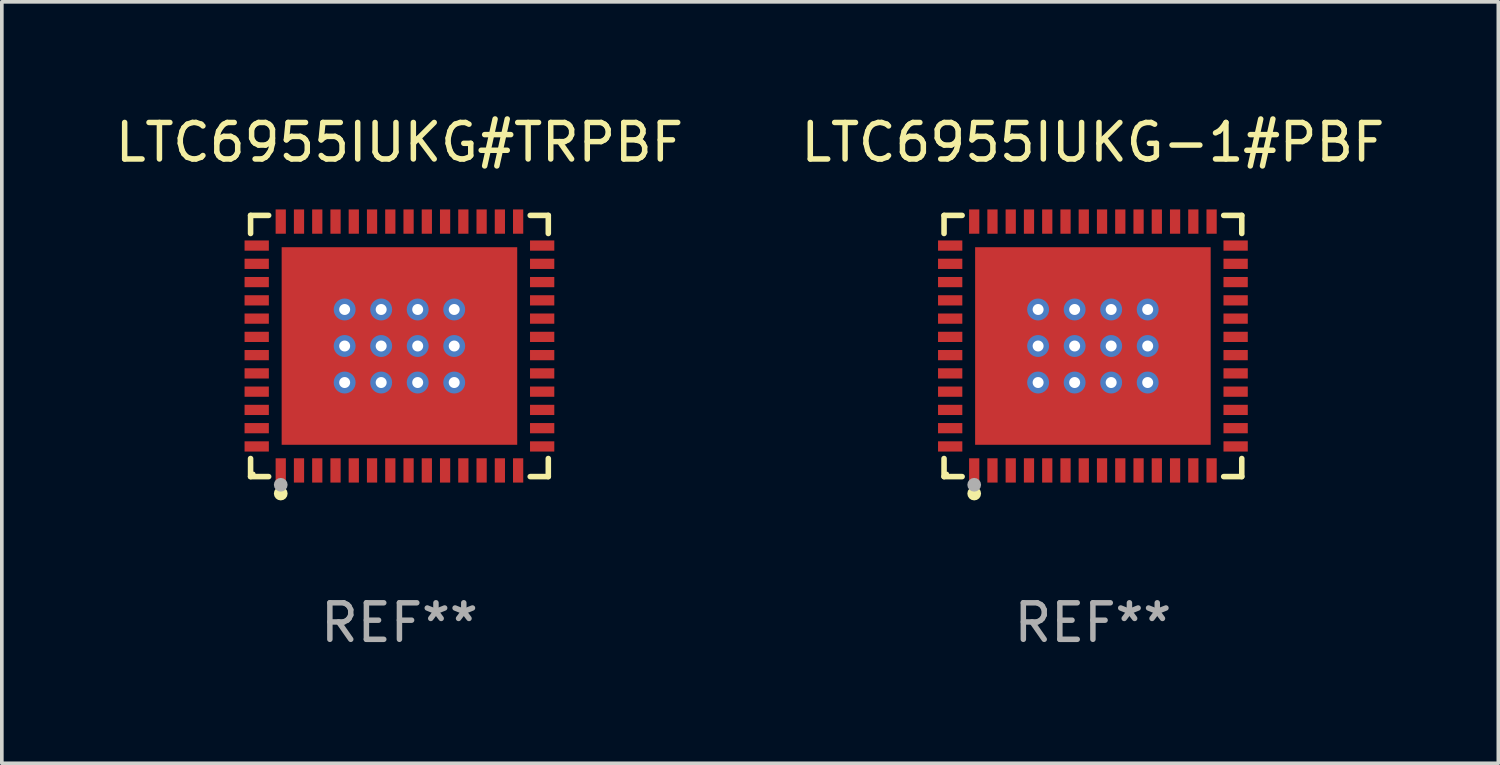
<source format=kicad_pcb>
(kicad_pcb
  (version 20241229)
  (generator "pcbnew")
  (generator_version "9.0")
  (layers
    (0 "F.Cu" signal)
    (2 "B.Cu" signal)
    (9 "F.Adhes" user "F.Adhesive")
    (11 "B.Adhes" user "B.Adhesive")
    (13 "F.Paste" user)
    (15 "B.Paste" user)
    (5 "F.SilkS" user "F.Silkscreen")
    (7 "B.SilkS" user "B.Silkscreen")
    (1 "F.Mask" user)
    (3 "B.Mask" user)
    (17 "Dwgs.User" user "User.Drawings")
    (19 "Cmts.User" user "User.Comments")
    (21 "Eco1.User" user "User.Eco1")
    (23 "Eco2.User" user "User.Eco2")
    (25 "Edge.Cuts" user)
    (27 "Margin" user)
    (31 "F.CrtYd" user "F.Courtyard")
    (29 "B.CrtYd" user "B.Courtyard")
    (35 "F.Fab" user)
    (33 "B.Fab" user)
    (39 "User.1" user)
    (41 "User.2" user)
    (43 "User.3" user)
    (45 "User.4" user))
  (footprint "LTC6955IUKG-1#PBF"
    (layer "F.Cu")
    (at 26.875 6.424)
    (property "Reference" "LTC6955IUKG-1#PBF" (at 0 -5.576 0) (layer "F.SilkS") (effects (font (size 1 1) (thickness 0.15))))
    (attr through_hole)
    (fp_line (start -4.076 -3.576) (end -3.581 -3.576) (stroke (width 0.152) (type solid)) (layer "F.SilkS"))
    (fp_line (start -4.076 -3.081) (end -4.076 -3.576) (stroke (width 0.152) (type solid)) (layer "F.SilkS"))
    (fp_line (start -4.076 3.081) (end -4.076 3.576) (stroke (width 0.152) (type solid)) (layer "F.SilkS"))
    (fp_line (start -4.076 3.576) (end -3.581 3.576) (stroke (width 0.152) (type solid)) (layer "F.SilkS"))
    (fp_line (start 4.076 -3.576) (end 3.581 -3.576) (stroke (width 0.152) (type solid)) (layer "F.SilkS"))
    (fp_line (start 4.076 -3.081) (end 4.076 -3.576) (stroke (width 0.152) (type solid)) (layer "F.SilkS"))
    (fp_line (start 4.076 3.081) (end 4.076 3.576) (stroke (width 0.152) (type solid)) (layer "F.SilkS"))
    (fp_line (start 4.076 3.576) (end 3.581 3.576) (stroke (width 0.152) (type solid)) (layer "F.SilkS"))
    (fp_circle (center -4 3.5) (end -3.97 3.5) (stroke (width 0.06) (type solid)) (fill no) (layer "F.SilkS"))
    (fp_circle (center -3.25 4.04) (end -3.156 4.04) (stroke (width 0.188) (type solid)) (fill no) (layer "F.SilkS"))
    (fp_circle (center -3.25 3.8) (end -3.156 3.8) (stroke (width 0.188) (type solid)) (fill no) (layer "F.Fab"))
    (fp_text user "REF**" (at 0 7.576 0) (layer "F.Fab") (effects (font (size 1 1) (thickness 0.15))))
    (pad "1" smd rect (at -3.25 3.407) (size 0.28 0.665) (layers "F.Cu" "F.Mask" "F.Paste"))
    (pad "2" smd rect (at -2.75 3.407) (size 0.28 0.665) (layers "F.Cu" "F.Mask" "F.Paste"))
    (pad "3" smd rect (at -2.25 3.407) (size 0.28 0.665) (layers "F.Cu" "F.Mask" "F.Paste"))
    (pad "4" smd rect (at -1.75 3.407) (size 0.28 0.665) (layers "F.Cu" "F.Mask" "F.Paste"))
    (pad "5" smd rect (at -1.25 3.407) (size 0.28 0.665) (layers "F.Cu" "F.Mask" "F.Paste"))
    (pad "6" smd rect (at -0.75 3.407) (size 0.28 0.665) (layers "F.Cu" "F.Mask" "F.Paste"))
    (pad "7" smd rect (at -0.25 3.407) (size 0.28 0.665) (layers "F.Cu" "F.Mask" "F.Paste"))
    (pad "8" smd rect (at 0.25 3.407) (size 0.28 0.665) (layers "F.Cu" "F.Mask" "F.Paste"))
    (pad "9" smd rect (at 0.75 3.407) (size 0.28 0.665) (layers "F.Cu" "F.Mask" "F.Paste"))
    (pad "10" smd rect (at 1.25 3.407) (size 0.28 0.665) (layers "F.Cu" "F.Mask" "F.Paste"))
    (pad "11" smd rect (at 1.75 3.407) (size 0.28 0.665) (layers "F.Cu" "F.Mask" "F.Paste"))
    (pad "12" smd rect (at 2.25 3.407) (size 0.28 0.665) (layers "F.Cu" "F.Mask" "F.Paste"))
    (pad "13" smd rect (at 2.75 3.407) (size 0.28 0.665) (layers "F.Cu" "F.Mask" "F.Paste"))
    (pad "14" smd rect (at 3.25 3.407) (size 0.28 0.665) (layers "F.Cu" "F.Mask" "F.Paste"))
    (pad "15" smd rect (at 3.908 2.75) (size 0.665 0.28) (layers "F.Cu" "F.Mask" "F.Paste"))
    (pad "16" smd rect (at 3.908 2.25) (size 0.665 0.28) (layers "F.Cu" "F.Mask" "F.Paste"))
    (pad "17" smd rect (at 3.908 1.75) (size 0.665 0.28) (layers "F.Cu" "F.Mask" "F.Paste"))
    (pad "18" smd rect (at 3.908 1.25) (size 0.665 0.28) (layers "F.Cu" "F.Mask" "F.Paste"))
    (pad "19" smd rect (at 3.908 0.75) (size 0.665 0.28) (layers "F.Cu" "F.Mask" "F.Paste"))
    (pad "20" smd rect (at 3.908 0.25) (size 0.665 0.28) (layers "F.Cu" "F.Mask" "F.Paste"))
    (pad "21" smd rect (at 3.908 -0.25) (size 0.665 0.28) (layers "F.Cu" "F.Mask" "F.Paste"))
    (pad "22" smd rect (at 3.908 -0.75) (size 0.665 0.28) (layers "F.Cu" "F.Mask" "F.Paste"))
    (pad "23" smd rect (at 3.908 -1.25) (size 0.665 0.28) (layers "F.Cu" "F.Mask" "F.Paste"))
    (pad "24" smd rect (at 3.908 -1.75) (size 0.665 0.28) (layers "F.Cu" "F.Mask" "F.Paste"))
    (pad "25" smd rect (at 3.908 -2.25) (size 0.665 0.28) (layers "F.Cu" "F.Mask" "F.Paste"))
    (pad "26" smd rect (at 3.908 -2.75) (size 0.665 0.28) (layers "F.Cu" "F.Mask" "F.Paste"))
    (pad "27" smd rect (at 3.25 -3.407) (size 0.28 0.665) (layers "F.Cu" "F.Mask" "F.Paste"))
    (pad "28" smd rect (at 2.75 -3.407) (size 0.28 0.665) (layers "F.Cu" "F.Mask" "F.Paste"))
    (pad "29" smd rect (at 2.25 -3.407) (size 0.28 0.665) (layers "F.Cu" "F.Mask" "F.Paste"))
    (pad "30" smd rect (at 1.75 -3.407) (size 0.28 0.665) (layers "F.Cu" "F.Mask" "F.Paste"))
    (pad "31" smd rect (at 1.25 -3.407) (size 0.28 0.665) (layers "F.Cu" "F.Mask" "F.Paste"))
    (pad "32" smd rect (at 0.75 -3.407) (size 0.28 0.665) (layers "F.Cu" "F.Mask" "F.Paste"))
    (pad "33" smd rect (at 0.25 -3.407) (size 0.28 0.665) (layers "F.Cu" "F.Mask" "F.Paste"))
    (pad "34" smd rect (at -0.25 -3.407) (size 0.28 0.665) (layers "F.Cu" "F.Mask" "F.Paste"))
    (pad "35" smd rect (at -0.75 -3.407) (size 0.28 0.665) (layers "F.Cu" "F.Mask" "F.Paste"))
    (pad "36" smd rect (at -1.25 -3.407) (size 0.28 0.665) (layers "F.Cu" "F.Mask" "F.Paste"))
    (pad "37" smd rect (at -1.75 -3.407) (size 0.28 0.665) (layers "F.Cu" "F.Mask" "F.Paste"))
    (pad "38" smd rect (at -2.25 -3.407) (size 0.28 0.665) (layers "F.Cu" "F.Mask" "F.Paste"))
    (pad "39" smd rect (at -2.75 -3.407) (size 0.28 0.665) (layers "F.Cu" "F.Mask" "F.Paste"))
    (pad "40" smd rect (at -3.25 -3.407) (size 0.28 0.665) (layers "F.Cu" "F.Mask" "F.Paste"))
    (pad "41" smd rect (at -3.908 -2.75) (size 0.665 0.28) (layers "F.Cu" "F.Mask" "F.Paste"))
    (pad "42" smd rect (at -3.908 -2.25) (size 0.665 0.28) (layers "F.Cu" "F.Mask" "F.Paste"))
    (pad "43" smd rect (at -3.908 -1.75) (size 0.665 0.28) (layers "F.Cu" "F.Mask" "F.Paste"))
    (pad "44" smd rect (at -3.908 -1.25) (size 0.665 0.28) (layers "F.Cu" "F.Mask" "F.Paste"))
    (pad "45" smd rect (at -3.908 -0.75) (size 0.665 0.28) (layers "F.Cu" "F.Mask" "F.Paste"))
    (pad "46" smd rect (at -3.908 -0.25) (size 0.665 0.28) (layers "F.Cu" "F.Mask" "F.Paste"))
    (pad "47" smd rect (at -3.908 0.25) (size 0.665 0.28) (layers "F.Cu" "F.Mask" "F.Paste"))
    (pad "48" smd rect (at -3.908 0.75) (size 0.665 0.28) (layers "F.Cu" "F.Mask" "F.Paste"))
    (pad "49" smd rect (at -3.908 1.25) (size 0.665 0.28) (layers "F.Cu" "F.Mask" "F.Paste"))
    (pad "50" smd rect (at -3.908 1.75) (size 0.665 0.28) (layers "F.Cu" "F.Mask" "F.Paste"))
    (pad "51" smd rect (at -3.908 2.25) (size 0.665 0.28) (layers "F.Cu" "F.Mask" "F.Paste"))
    (pad "52" smd rect (at -3.908 2.75) (size 0.665 0.28) (layers "F.Cu" "F.Mask" "F.Paste"))
    (pad "53" thru_hole circle (at -1.5 -1) (size 0.6 0.6) (drill 0.3) (layers "*.Cu" "*.Mask"))
    (pad "53" thru_hole circle (at -1.5 0) (size 0.6 0.6) (drill 0.3) (layers "*.Cu" "*.Mask"))
    (pad "53" thru_hole circle (at -1.5 1) (size 0.6 0.6) (drill 0.3) (layers "*.Cu" "*.Mask"))
    (pad "53" thru_hole circle (at -0.5 -1) (size 0.6 0.6) (drill 0.3) (layers "*.Cu" "*.Mask"))
    (pad "53" thru_hole circle (at -0.5 0) (size 0.6 0.6) (drill 0.3) (layers "*.Cu" "*.Mask"))
    (pad "53" thru_hole circle (at -0.5 1) (size 0.6 0.6) (drill 0.3) (layers "*.Cu" "*.Mask"))
    (pad "53" smd rect (at 0 0) (size 6.45 5.41) (layers "F.Cu" "F.Mask" "F.Paste"))
    (pad "53" thru_hole circle (at 0.5 -1) (size 0.6 0.6) (drill 0.3) (layers "*.Cu" "*.Mask"))
    (pad "53" thru_hole circle (at 0.5 0) (size 0.6 0.6) (drill 0.3) (layers "*.Cu" "*.Mask"))
    (pad "53" thru_hole circle (at 0.5 1) (size 0.6 0.6) (drill 0.3) (layers "*.Cu" "*.Mask"))
    (pad "53" thru_hole circle (at 1.5 -1) (size 0.6 0.6) (drill 0.3) (layers "*.Cu" "*.Mask"))
    (pad "53" thru_hole circle (at 1.5 0) (size 0.6 0.6) (drill 0.3) (layers "*.Cu" "*.Mask"))
    (pad "53" thru_hole circle (at 1.5 1) (size 0.6 0.6) (drill 0.3) (layers "*.Cu" "*.Mask")))
  (footprint "LTC6955IUKG#TRPBF"
    (layer "F.Cu")
    (at 7.887 6.424)
    (property "Reference" "LTC6955IUKG#TRPBF" (at 0 -5.576 0) (layer "F.SilkS") (effects (font (size 1 1) (thickness 0.15))))
    (attr through_hole)
    (fp_line (start -4.076 -3.576) (end -3.581 -3.576) (stroke (width 0.152) (type solid)) (layer "F.SilkS"))
    (fp_line (start -4.076 -3.081) (end -4.076 -3.576) (stroke (width 0.152) (type solid)) (layer "F.SilkS"))
    (fp_line (start -4.076 3.081) (end -4.076 3.576) (stroke (width 0.152) (type solid)) (layer "F.SilkS"))
    (fp_line (start -4.076 3.576) (end -3.581 3.576) (stroke (width 0.152) (type solid)) (layer "F.SilkS"))
    (fp_line (start 4.076 -3.576) (end 3.581 -3.576) (stroke (width 0.152) (type solid)) (layer "F.SilkS"))
    (fp_line (start 4.076 -3.081) (end 4.076 -3.576) (stroke (width 0.152) (type solid)) (layer "F.SilkS"))
    (fp_line (start 4.076 3.081) (end 4.076 3.576) (stroke (width 0.152) (type solid)) (layer "F.SilkS"))
    (fp_line (start 4.076 3.576) (end 3.581 3.576) (stroke (width 0.152) (type solid)) (layer "F.SilkS"))
    (fp_circle (center -4 3.5) (end -3.97 3.5) (stroke (width 0.06) (type solid)) (fill no) (layer "F.SilkS"))
    (fp_circle (center -3.25 4.04) (end -3.156 4.04) (stroke (width 0.188) (type solid)) (fill no) (layer "F.SilkS"))
    (fp_circle (center -3.25 3.8) (end -3.156 3.8) (stroke (width 0.188) (type solid)) (fill no) (layer "F.Fab"))
    (fp_text user "REF**" (at 0 7.576 0) (layer "F.Fab") (effects (font (size 1 1) (thickness 0.15))))
    (pad "1" smd rect (at -3.25 3.407) (size 0.28 0.665) (layers "F.Cu" "F.Mask" "F.Paste"))
    (pad "2" smd rect (at -2.75 3.407) (size 0.28 0.665) (layers "F.Cu" "F.Mask" "F.Paste"))
    (pad "3" smd rect (at -2.25 3.407) (size 0.28 0.665) (layers "F.Cu" "F.Mask" "F.Paste"))
    (pad "4" smd rect (at -1.75 3.407) (size 0.28 0.665) (layers "F.Cu" "F.Mask" "F.Paste"))
    (pad "5" smd rect (at -1.25 3.407) (size 0.28 0.665) (layers "F.Cu" "F.Mask" "F.Paste"))
    (pad "6" smd rect (at -0.75 3.407) (size 0.28 0.665) (layers "F.Cu" "F.Mask" "F.Paste"))
    (pad "7" smd rect (at -0.25 3.407) (size 0.28 0.665) (layers "F.Cu" "F.Mask" "F.Paste"))
    (pad "8" smd rect (at 0.25 3.407) (size 0.28 0.665) (layers "F.Cu" "F.Mask" "F.Paste"))
    (pad "9" smd rect (at 0.75 3.407) (size 0.28 0.665) (layers "F.Cu" "F.Mask" "F.Paste"))
    (pad "10" smd rect (at 1.25 3.407) (size 0.28 0.665) (layers "F.Cu" "F.Mask" "F.Paste"))
    (pad "11" smd rect (at 1.75 3.407) (size 0.28 0.665) (layers "F.Cu" "F.Mask" "F.Paste"))
    (pad "12" smd rect (at 2.25 3.407) (size 0.28 0.665) (layers "F.Cu" "F.Mask" "F.Paste"))
    (pad "13" smd rect (at 2.75 3.407) (size 0.28 0.665) (layers "F.Cu" "F.Mask" "F.Paste"))
    (pad "14" smd rect (at 3.25 3.407) (size 0.28 0.665) (layers "F.Cu" "F.Mask" "F.Paste"))
    (pad "15" smd rect (at 3.908 2.75) (size 0.665 0.28) (layers "F.Cu" "F.Mask" "F.Paste"))
    (pad "16" smd rect (at 3.908 2.25) (size 0.665 0.28) (layers "F.Cu" "F.Mask" "F.Paste"))
    (pad "17" smd rect (at 3.908 1.75) (size 0.665 0.28) (layers "F.Cu" "F.Mask" "F.Paste"))
    (pad "18" smd rect (at 3.908 1.25) (size 0.665 0.28) (layers "F.Cu" "F.Mask" "F.Paste"))
    (pad "19" smd rect (at 3.908 0.75) (size 0.665 0.28) (layers "F.Cu" "F.Mask" "F.Paste"))
    (pad "20" smd rect (at 3.908 0.25) (size 0.665 0.28) (layers "F.Cu" "F.Mask" "F.Paste"))
    (pad "21" smd rect (at 3.908 -0.25) (size 0.665 0.28) (layers "F.Cu" "F.Mask" "F.Paste"))
    (pad "22" smd rect (at 3.908 -0.75) (size 0.665 0.28) (layers "F.Cu" "F.Mask" "F.Paste"))
    (pad "23" smd rect (at 3.908 -1.25) (size 0.665 0.28) (layers "F.Cu" "F.Mask" "F.Paste"))
    (pad "24" smd rect (at 3.908 -1.75) (size 0.665 0.28) (layers "F.Cu" "F.Mask" "F.Paste"))
    (pad "25" smd rect (at 3.908 -2.25) (size 0.665 0.28) (layers "F.Cu" "F.Mask" "F.Paste"))
    (pad "26" smd rect (at 3.908 -2.75) (size 0.665 0.28) (layers "F.Cu" "F.Mask" "F.Paste"))
    (pad "27" smd rect (at 3.25 -3.407) (size 0.28 0.665) (layers "F.Cu" "F.Mask" "F.Paste"))
    (pad "28" smd rect (at 2.75 -3.407) (size 0.28 0.665) (layers "F.Cu" "F.Mask" "F.Paste"))
    (pad "29" smd rect (at 2.25 -3.407) (size 0.28 0.665) (layers "F.Cu" "F.Mask" "F.Paste"))
    (pad "30" smd rect (at 1.75 -3.407) (size 0.28 0.665) (layers "F.Cu" "F.Mask" "F.Paste"))
    (pad "31" smd rect (at 1.25 -3.407) (size 0.28 0.665) (layers "F.Cu" "F.Mask" "F.Paste"))
    (pad "32" smd rect (at 0.75 -3.407) (size 0.28 0.665) (layers "F.Cu" "F.Mask" "F.Paste"))
    (pad "33" smd rect (at 0.25 -3.407) (size 0.28 0.665) (layers "F.Cu" "F.Mask" "F.Paste"))
    (pad "34" smd rect (at -0.25 -3.407) (size 0.28 0.665) (layers "F.Cu" "F.Mask" "F.Paste"))
    (pad "35" smd rect (at -0.75 -3.407) (size 0.28 0.665) (layers "F.Cu" "F.Mask" "F.Paste"))
    (pad "36" smd rect (at -1.25 -3.407) (size 0.28 0.665) (layers "F.Cu" "F.Mask" "F.Paste"))
    (pad "37" smd rect (at -1.75 -3.407) (size 0.28 0.665) (layers "F.Cu" "F.Mask" "F.Paste"))
    (pad "38" smd rect (at -2.25 -3.407) (size 0.28 0.665) (layers "F.Cu" "F.Mask" "F.Paste"))
    (pad "39" smd rect (at -2.75 -3.407) (size 0.28 0.665) (layers "F.Cu" "F.Mask" "F.Paste"))
    (pad "40" smd rect (at -3.25 -3.407) (size 0.28 0.665) (layers "F.Cu" "F.Mask" "F.Paste"))
    (pad "41" smd rect (at -3.908 -2.75) (size 0.665 0.28) (layers "F.Cu" "F.Mask" "F.Paste"))
    (pad "42" smd rect (at -3.908 -2.25) (size 0.665 0.28) (layers "F.Cu" "F.Mask" "F.Paste"))
    (pad "43" smd rect (at -3.908 -1.75) (size 0.665 0.28) (layers "F.Cu" "F.Mask" "F.Paste"))
    (pad "44" smd rect (at -3.908 -1.25) (size 0.665 0.28) (layers "F.Cu" "F.Mask" "F.Paste"))
    (pad "45" smd rect (at -3.908 -0.75) (size 0.665 0.28) (layers "F.Cu" "F.Mask" "F.Paste"))
    (pad "46" smd rect (at -3.908 -0.25) (size 0.665 0.28) (layers "F.Cu" "F.Mask" "F.Paste"))
    (pad "47" smd rect (at -3.908 0.25) (size 0.665 0.28) (layers "F.Cu" "F.Mask" "F.Paste"))
    (pad "48" smd rect (at -3.908 0.75) (size 0.665 0.28) (layers "F.Cu" "F.Mask" "F.Paste"))
    (pad "49" smd rect (at -3.908 1.25) (size 0.665 0.28) (layers "F.Cu" "F.Mask" "F.Paste"))
    (pad "50" smd rect (at -3.908 1.75) (size 0.665 0.28) (layers "F.Cu" "F.Mask" "F.Paste"))
    (pad "51" smd rect (at -3.908 2.25) (size 0.665 0.28) (layers "F.Cu" "F.Mask" "F.Paste"))
    (pad "52" smd rect (at -3.908 2.75) (size 0.665 0.28) (layers "F.Cu" "F.Mask" "F.Paste"))
    (pad "53" thru_hole circle (at -1.5 -1) (size 0.6 0.6) (drill 0.3) (layers "*.Cu" "*.Mask"))
    (pad "53" thru_hole circle (at -1.5 0) (size 0.6 0.6) (drill 0.3) (layers "*.Cu" "*.Mask"))
    (pad "53" thru_hole circle (at -1.5 1) (size 0.6 0.6) (drill 0.3) (layers "*.Cu" "*.Mask"))
    (pad "53" thru_hole circle (at -0.5 -1) (size 0.6 0.6) (drill 0.3) (layers "*.Cu" "*.Mask"))
    (pad "53" thru_hole circle (at -0.5 0) (size 0.6 0.6) (drill 0.3) (layers "*.Cu" "*.Mask"))
    (pad "53" thru_hole circle (at -0.5 1) (size 0.6 0.6) (drill 0.3) (layers "*.Cu" "*.Mask"))
    (pad "53" smd rect (at 0 0) (size 6.45 5.41) (layers "F.Cu" "F.Mask" "F.Paste"))
    (pad "53" thru_hole circle (at 0.5 -1) (size 0.6 0.6) (drill 0.3) (layers "*.Cu" "*.Mask"))
    (pad "53" thru_hole circle (at 0.5 0) (size 0.6 0.6) (drill 0.3) (layers "*.Cu" "*.Mask"))
    (pad "53" thru_hole circle (at 0.5 1) (size 0.6 0.6) (drill 0.3) (layers "*.Cu" "*.Mask"))
    (pad "53" thru_hole circle (at 1.5 -1) (size 0.6 0.6) (drill 0.3) (layers "*.Cu" "*.Mask"))
    (pad "53" thru_hole circle (at 1.5 0) (size 0.6 0.6) (drill 0.3) (layers "*.Cu" "*.Mask"))
    (pad "53" thru_hole circle (at 1.5 1) (size 0.6 0.6) (drill 0.3) (layers "*.Cu" "*.Mask")))
  (gr_rect
    (start -3 -3)
    (end 37.976 17.849)
    (stroke (width 0.1) (type default))
    (fill no)
    (layer "Edge.Cuts")))
</source>
